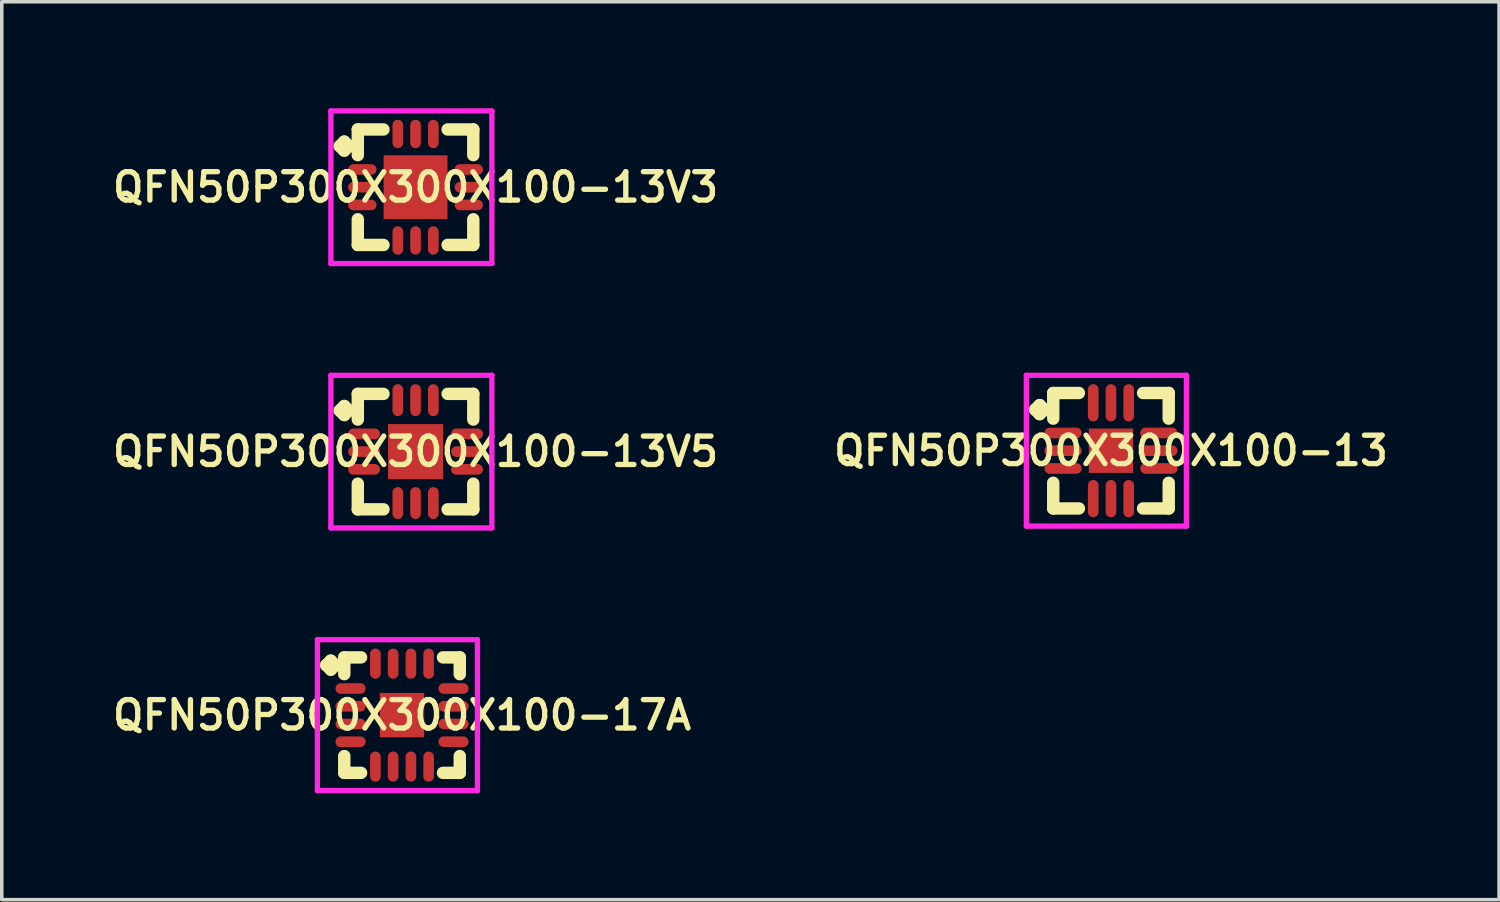
<source format=kicad_pcb>
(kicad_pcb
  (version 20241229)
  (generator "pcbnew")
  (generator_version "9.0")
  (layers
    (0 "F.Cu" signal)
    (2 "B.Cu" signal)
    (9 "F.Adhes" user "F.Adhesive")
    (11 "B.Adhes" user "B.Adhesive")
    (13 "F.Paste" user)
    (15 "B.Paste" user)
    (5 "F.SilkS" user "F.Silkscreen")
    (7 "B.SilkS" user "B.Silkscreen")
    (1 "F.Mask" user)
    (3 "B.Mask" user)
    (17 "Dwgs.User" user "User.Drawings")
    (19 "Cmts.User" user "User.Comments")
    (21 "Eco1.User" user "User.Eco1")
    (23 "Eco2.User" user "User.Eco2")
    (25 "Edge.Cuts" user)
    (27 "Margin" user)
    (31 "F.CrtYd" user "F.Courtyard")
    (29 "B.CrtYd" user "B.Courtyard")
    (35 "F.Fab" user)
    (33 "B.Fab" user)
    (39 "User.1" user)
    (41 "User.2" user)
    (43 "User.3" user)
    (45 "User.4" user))
  (footprint "QFN50P300X300X100-13V5"
    (layer "F.Cu")
    (at 8.659 9.675)
    (property "Reference" "QFN50P300X300X100-13V5" (at 0 0 0) (layer "F.SilkS") (effects (font (size 0.8 0.8) (thickness 0.15))))
    (attr smd)
    (fp_line (start -2.135 -1.158) (end -2.008 -1.285) (stroke (width 0.35) (type solid)) (layer "F.SilkS"))
    (fp_line (start -2.008 -1.285) (end -1.881 -1.158) (stroke (width 0.35) (type solid)) (layer "F.SilkS"))
    (fp_line (start -2.008 -1.031) (end -2.135 -1.158) (stroke (width 0.35) (type solid)) (layer "F.SilkS"))
    (fp_line (start -1.881 -1.158) (end -2.008 -1.031) (stroke (width 0.35) (type solid)) (layer "F.SilkS"))
    (fp_line (start -1.627 -1.627) (end -0.904 -1.627) (stroke (width 0.35) (type solid)) (layer "F.SilkS"))
    (fp_line (start -1.627 -0.904) (end -1.627 -1.627) (stroke (width 0.35) (type solid)) (layer "F.SilkS"))
    (fp_line (start -1.627 0.904) (end -1.627 1.627) (stroke (width 0.35) (type solid)) (layer "F.SilkS"))
    (fp_line (start -1.627 1.627) (end -0.904 1.627) (stroke (width 0.35) (type solid)) (layer "F.SilkS"))
    (fp_line (start 0.904 -1.627) (end 1.627 -1.627) (stroke (width 0.35) (type solid)) (layer "F.SilkS"))
    (fp_line (start 0.904 1.627) (end 1.627 1.627) (stroke (width 0.35) (type solid)) (layer "F.SilkS"))
    (fp_line (start 1.627 -1.627) (end 1.627 -0.904) (stroke (width 0.35) (type solid)) (layer "F.SilkS"))
    (fp_line (start 1.627 1.627) (end 1.627 0.904) (stroke (width 0.35) (type solid)) (layer "F.SilkS"))
    (fp_line (start -2.385 -2.15) (end 2.15 -2.15) (stroke (width 0.15) (type solid)) (layer "F.CrtYd"))
    (fp_line (start -2.385 2.15) (end -2.385 -2.15) (stroke (width 0.15) (type solid)) (layer "F.CrtYd"))
    (fp_line (start 2.15 -2.15) (end 2.15 2.15) (stroke (width 0.15) (type solid)) (layer "F.CrtYd"))
    (fp_line (start 2.15 2.15) (end -2.385 2.15) (stroke (width 0.15) (type solid)) (layer "F.CrtYd"))
    (pad "1" smd oval (at -1.45 -0.5) (size 0.9 0.3) (layers "F.Cu" "F.Mask" "F.Paste"))
    (pad "2" smd oval (at -1.45 0) (size 0.9 0.3) (layers "F.Cu" "F.Mask" "F.Paste"))
    (pad "3" smd oval (at -1.45 0.5) (size 0.9 0.3) (layers "F.Cu" "F.Mask" "F.Paste"))
    (pad "4" smd oval (at -0.5 1.45) (size 0.3 0.9) (layers "F.Cu" "F.Mask" "F.Paste"))
    (pad "5" smd oval (at 0 1.45) (size 0.3 0.9) (layers "F.Cu" "F.Mask" "F.Paste"))
    (pad "6" smd oval (at 0.5 1.45) (size 0.3 0.9) (layers "F.Cu" "F.Mask" "F.Paste"))
    (pad "7" smd oval (at 1.45 0.5) (size 0.9 0.3) (layers "F.Cu" "F.Mask" "F.Paste"))
    (pad "8" smd oval (at 1.45 0) (size 0.9 0.3) (layers "F.Cu" "F.Mask" "F.Paste"))
    (pad "9" smd oval (at 1.45 -0.5) (size 0.9 0.3) (layers "F.Cu" "F.Mask" "F.Paste"))
    (pad "10" smd oval (at 0.5 -1.45) (size 0.3 0.9) (layers "F.Cu" "F.Mask" "F.Paste"))
    (pad "11" smd oval (at 0 -1.45) (size 0.3 0.9) (layers "F.Cu" "F.Mask" "F.Paste"))
    (pad "12" smd oval (at -0.5 -1.45) (size 0.3 0.9) (layers "F.Cu" "F.Mask" "F.Paste"))
    (pad "13" smd rect (at 0 0) (size 1.55 1.55) (layers "F.Cu" "F.Mask" "F.Paste")))
  (footprint "QFN50P300X300X100-17A"
    (layer "F.Cu")
    (at 8.278 17.1)
    (property "Reference" "QFN50P300X300X100-17A" (at 0 0 0) (layer "F.SilkS") (effects (font (size 0.8 0.8) (thickness 0.15))))
    (attr smd)
    (fp_line (start -2.135 -1.408) (end -2.008 -1.535) (stroke (width 0.35) (type solid)) (layer "F.SilkS"))
    (fp_line (start -2.008 -1.535) (end -1.881 -1.408) (stroke (width 0.35) (type solid)) (layer "F.SilkS"))
    (fp_line (start -2.008 -1.281) (end -2.135 -1.408) (stroke (width 0.35) (type solid)) (layer "F.SilkS"))
    (fp_line (start -1.881 -1.408) (end -2.008 -1.281) (stroke (width 0.35) (type solid)) (layer "F.SilkS"))
    (fp_line (start -1.627 -1.627) (end -1.154 -1.627) (stroke (width 0.35) (type solid)) (layer "F.SilkS"))
    (fp_line (start -1.627 -1.154) (end -1.627 -1.627) (stroke (width 0.35) (type solid)) (layer "F.SilkS"))
    (fp_line (start -1.627 1.154) (end -1.627 1.627) (stroke (width 0.35) (type solid)) (layer "F.SilkS"))
    (fp_line (start -1.627 1.627) (end -1.154 1.627) (stroke (width 0.35) (type solid)) (layer "F.SilkS"))
    (fp_line (start 1.154 -1.627) (end 1.627 -1.627) (stroke (width 0.35) (type solid)) (layer "F.SilkS"))
    (fp_line (start 1.154 1.627) (end 1.627 1.627) (stroke (width 0.35) (type solid)) (layer "F.SilkS"))
    (fp_line (start 1.627 -1.627) (end 1.627 -1.154) (stroke (width 0.35) (type solid)) (layer "F.SilkS"))
    (fp_line (start 1.627 1.627) (end 1.627 1.154) (stroke (width 0.35) (type solid)) (layer "F.SilkS"))
    (fp_line (start -2.385 -2.125) (end 2.125 -2.125) (stroke (width 0.15) (type solid)) (layer "F.CrtYd"))
    (fp_line (start -2.385 2.125) (end -2.385 -2.125) (stroke (width 0.15) (type solid)) (layer "F.CrtYd"))
    (fp_line (start 2.125 -2.125) (end 2.125 2.125) (stroke (width 0.15) (type solid)) (layer "F.CrtYd"))
    (fp_line (start 2.125 2.125) (end -2.385 2.125) (stroke (width 0.15) (type solid)) (layer "F.CrtYd"))
    (pad "1" smd oval (at -1.45 -0.75) (size 0.85 0.3) (layers "F.Cu" "F.Mask" "F.Paste"))
    (pad "2" smd oval (at -1.45 -0.25) (size 0.85 0.3) (layers "F.Cu" "F.Mask" "F.Paste"))
    (pad "3" smd oval (at -1.45 0.25) (size 0.85 0.3) (layers "F.Cu" "F.Mask" "F.Paste"))
    (pad "4" smd oval (at -1.45 0.75) (size 0.85 0.3) (layers "F.Cu" "F.Mask" "F.Paste"))
    (pad "5" smd oval (at -0.75 1.45) (size 0.3 0.85) (layers "F.Cu" "F.Mask" "F.Paste"))
    (pad "6" smd oval (at -0.25 1.45) (size 0.3 0.85) (layers "F.Cu" "F.Mask" "F.Paste"))
    (pad "7" smd oval (at 0.25 1.45) (size 0.3 0.85) (layers "F.Cu" "F.Mask" "F.Paste"))
    (pad "8" smd oval (at 0.75 1.45) (size 0.3 0.85) (layers "F.Cu" "F.Mask" "F.Paste"))
    (pad "9" smd oval (at 1.45 0.75) (size 0.85 0.3) (layers "F.Cu" "F.Mask" "F.Paste"))
    (pad "10" smd oval (at 1.45 0.25) (size 0.85 0.3) (layers "F.Cu" "F.Mask" "F.Paste"))
    (pad "11" smd oval (at 1.45 -0.25) (size 0.85 0.3) (layers "F.Cu" "F.Mask" "F.Paste"))
    (pad "12" smd oval (at 1.45 -0.75) (size 0.85 0.3) (layers "F.Cu" "F.Mask" "F.Paste"))
    (pad "13" smd oval (at 0.75 -1.45) (size 0.3 0.85) (layers "F.Cu" "F.Mask" "F.Paste"))
    (pad "14" smd oval (at 0.25 -1.45) (size 0.3 0.85) (layers "F.Cu" "F.Mask" "F.Paste"))
    (pad "15" smd oval (at -0.25 -1.45) (size 0.3 0.85) (layers "F.Cu" "F.Mask" "F.Paste"))
    (pad "16" smd oval (at -0.75 -1.45) (size 0.3 0.85) (layers "F.Cu" "F.Mask" "F.Paste"))
    (pad "17" smd rect (at 0 0) (size 1.25 1.25) (layers "F.Cu" "F.Mask" "F.Paste")))
  (footprint "QFN50P300X300X100-13V3"
    (layer "F.Cu")
    (at 8.659 2.225)
    (property "Reference" "QFN50P300X300X100-13V3" (at 0 0 0) (layer "F.SilkS") (effects (font (size 0.8 0.8) (thickness 0.15))))
    (attr smd)
    (fp_line (start -2.135 -1.158) (end -2.008 -1.285) (stroke (width 0.35) (type solid)) (layer "F.SilkS"))
    (fp_line (start -2.008 -1.285) (end -1.881 -1.158) (stroke (width 0.35) (type solid)) (layer "F.SilkS"))
    (fp_line (start -2.008 -1.031) (end -2.135 -1.158) (stroke (width 0.35) (type solid)) (layer "F.SilkS"))
    (fp_line (start -1.881 -1.158) (end -2.008 -1.031) (stroke (width 0.35) (type solid)) (layer "F.SilkS"))
    (fp_line (start -1.627 -1.627) (end -0.904 -1.627) (stroke (width 0.35) (type solid)) (layer "F.SilkS"))
    (fp_line (start -1.627 -0.904) (end -1.627 -1.627) (stroke (width 0.35) (type solid)) (layer "F.SilkS"))
    (fp_line (start -1.627 0.904) (end -1.627 1.627) (stroke (width 0.35) (type solid)) (layer "F.SilkS"))
    (fp_line (start -1.627 1.627) (end -0.904 1.627) (stroke (width 0.35) (type solid)) (layer "F.SilkS"))
    (fp_line (start 0.904 -1.627) (end 1.627 -1.627) (stroke (width 0.35) (type solid)) (layer "F.SilkS"))
    (fp_line (start 0.904 1.627) (end 1.627 1.627) (stroke (width 0.35) (type solid)) (layer "F.SilkS"))
    (fp_line (start 1.627 -1.627) (end 1.627 -0.904) (stroke (width 0.35) (type solid)) (layer "F.SilkS"))
    (fp_line (start 1.627 1.627) (end 1.627 0.904) (stroke (width 0.35) (type solid)) (layer "F.SilkS"))
    (fp_line (start -2.385 -2.15) (end 2.15 -2.15) (stroke (width 0.15) (type solid)) (layer "F.CrtYd"))
    (fp_line (start -2.385 2.15) (end -2.385 -2.15) (stroke (width 0.15) (type solid)) (layer "F.CrtYd"))
    (fp_line (start 2.15 -2.15) (end 2.15 2.15) (stroke (width 0.15) (type solid)) (layer "F.CrtYd"))
    (fp_line (start 2.15 2.15) (end -2.385 2.15) (stroke (width 0.15) (type solid)) (layer "F.CrtYd"))
    (pad "1" smd oval (at -1.5 -0.5) (size 0.8 0.3) (layers "F.Cu" "F.Mask" "F.Paste"))
    (pad "2" smd oval (at -1.5 0) (size 0.8 0.3) (layers "F.Cu" "F.Mask" "F.Paste"))
    (pad "3" smd oval (at -1.5 0.5) (size 0.8 0.3) (layers "F.Cu" "F.Mask" "F.Paste"))
    (pad "4" smd oval (at -0.5 1.5) (size 0.3 0.8) (layers "F.Cu" "F.Mask" "F.Paste"))
    (pad "5" smd oval (at 0 1.5) (size 0.3 0.8) (layers "F.Cu" "F.Mask" "F.Paste"))
    (pad "6" smd oval (at 0.5 1.5) (size 0.3 0.8) (layers "F.Cu" "F.Mask" "F.Paste"))
    (pad "7" smd oval (at 1.5 0.5) (size 0.8 0.3) (layers "F.Cu" "F.Mask" "F.Paste"))
    (pad "8" smd oval (at 1.5 0) (size 0.8 0.3) (layers "F.Cu" "F.Mask" "F.Paste"))
    (pad "9" smd oval (at 1.5 -0.5) (size 0.8 0.3) (layers "F.Cu" "F.Mask" "F.Paste"))
    (pad "10" smd oval (at 0.5 -1.5) (size 0.3 0.8) (layers "F.Cu" "F.Mask" "F.Paste"))
    (pad "11" smd oval (at 0 -1.5) (size 0.3 0.8) (layers "F.Cu" "F.Mask" "F.Paste"))
    (pad "12" smd oval (at -0.5 -1.5) (size 0.3 0.8) (layers "F.Cu" "F.Mask" "F.Paste"))
    (pad "13" smd rect (at 0 0) (size 1.8 1.8) (layers "F.Cu" "F.Mask" "F.Paste")))
  (footprint "QFN50P300X300X100-13"
    (layer "F.Cu")
    (at 28.254 9.65)
    (property "Reference" "QFN50P300X300X100-13" (at 0 0 0) (layer "F.SilkS") (effects (font (size 0.8 0.8) (thickness 0.15))))
    (attr smd)
    (fp_line (start -2.135 -1.158) (end -2.008 -1.285) (stroke (width 0.35) (type solid)) (layer "F.SilkS"))
    (fp_line (start -2.008 -1.285) (end -1.881 -1.158) (stroke (width 0.35) (type solid)) (layer "F.SilkS"))
    (fp_line (start -2.008 -1.031) (end -2.135 -1.158) (stroke (width 0.35) (type solid)) (layer "F.SilkS"))
    (fp_line (start -1.881 -1.158) (end -2.008 -1.031) (stroke (width 0.35) (type solid)) (layer "F.SilkS"))
    (fp_line (start -1.627 -1.627) (end -0.904 -1.627) (stroke (width 0.35) (type solid)) (layer "F.SilkS"))
    (fp_line (start -1.627 -0.904) (end -1.627 -1.627) (stroke (width 0.35) (type solid)) (layer "F.SilkS"))
    (fp_line (start -1.627 0.904) (end -1.627 1.627) (stroke (width 0.35) (type solid)) (layer "F.SilkS"))
    (fp_line (start -1.627 1.627) (end -0.904 1.627) (stroke (width 0.35) (type solid)) (layer "F.SilkS"))
    (fp_line (start 0.904 -1.627) (end 1.627 -1.627) (stroke (width 0.35) (type solid)) (layer "F.SilkS"))
    (fp_line (start 0.904 1.627) (end 1.627 1.627) (stroke (width 0.35) (type solid)) (layer "F.SilkS"))
    (fp_line (start 1.627 -1.627) (end 1.627 -0.904) (stroke (width 0.35) (type solid)) (layer "F.SilkS"))
    (fp_line (start 1.627 1.627) (end 1.627 0.904) (stroke (width 0.35) (type solid)) (layer "F.SilkS"))
    (fp_line (start -2.385 -2.125) (end 2.125 -2.125) (stroke (width 0.15) (type solid)) (layer "F.CrtYd"))
    (fp_line (start -2.385 2.125) (end -2.385 -2.125) (stroke (width 0.15) (type solid)) (layer "F.CrtYd"))
    (fp_line (start 2.125 -2.125) (end 2.125 2.125) (stroke (width 0.15) (type solid)) (layer "F.CrtYd"))
    (fp_line (start 2.125 2.125) (end -2.385 2.125) (stroke (width 0.15) (type solid)) (layer "F.CrtYd"))
    (pad "1" smd oval (at -1.35 -0.5) (size 1.05 0.3) (layers "F.Cu" "F.Mask" "F.Paste"))
    (pad "2" smd oval (at -1.35 0) (size 1.05 0.3) (layers "F.Cu" "F.Mask" "F.Paste"))
    (pad "3" smd oval (at -1.35 0.5) (size 1.05 0.3) (layers "F.Cu" "F.Mask" "F.Paste"))
    (pad "4" smd oval (at -0.5 1.35) (size 0.3 1.05) (layers "F.Cu" "F.Mask" "F.Paste"))
    (pad "5" smd oval (at 0 1.35) (size 0.3 1.05) (layers "F.Cu" "F.Mask" "F.Paste"))
    (pad "6" smd oval (at 0.5 1.35) (size 0.3 1.05) (layers "F.Cu" "F.Mask" "F.Paste"))
    (pad "7" smd oval (at 1.35 0.5) (size 1.05 0.3) (layers "F.Cu" "F.Mask" "F.Paste"))
    (pad "8" smd oval (at 1.35 0) (size 1.05 0.3) (layers "F.Cu" "F.Mask" "F.Paste"))
    (pad "9" smd oval (at 1.35 -0.5) (size 1.05 0.3) (layers "F.Cu" "F.Mask" "F.Paste"))
    (pad "10" smd oval (at 0.5 -1.35) (size 0.3 1.05) (layers "F.Cu" "F.Mask" "F.Paste"))
    (pad "11" smd oval (at 0 -1.35) (size 0.3 1.05) (layers "F.Cu" "F.Mask" "F.Paste"))
    (pad "12" smd oval (at -0.5 -1.35) (size 0.3 1.05) (layers "F.Cu" "F.Mask" "F.Paste"))
    (pad "13" smd rect (at 0 0) (size 1.25 1.25) (layers "F.Cu" "F.Mask" "F.Paste")))
  (gr_rect
    (start -3 -3)
    (end 39.19 22.3)
    (stroke (width 0.1) (type default))
    (fill no)
    (layer "Edge.Cuts")))
</source>
